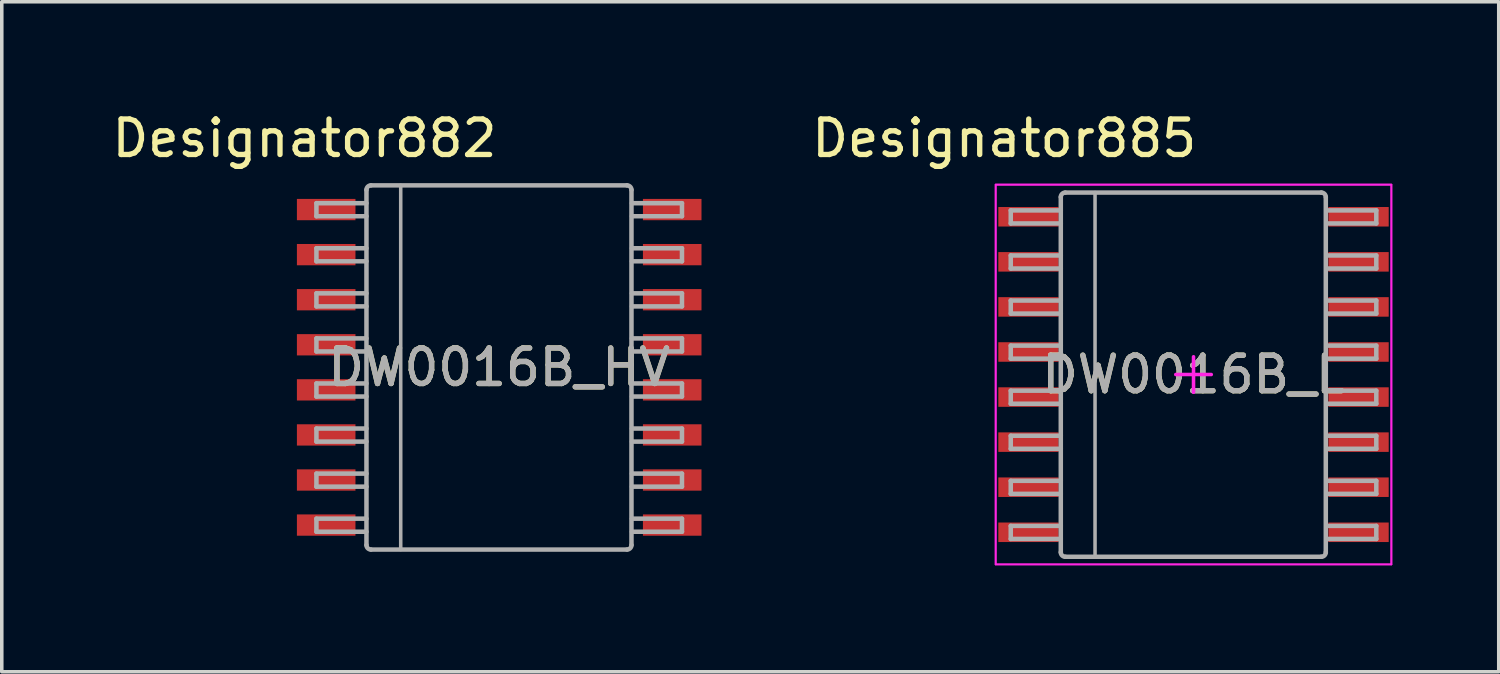
<source format=kicad_pcb>
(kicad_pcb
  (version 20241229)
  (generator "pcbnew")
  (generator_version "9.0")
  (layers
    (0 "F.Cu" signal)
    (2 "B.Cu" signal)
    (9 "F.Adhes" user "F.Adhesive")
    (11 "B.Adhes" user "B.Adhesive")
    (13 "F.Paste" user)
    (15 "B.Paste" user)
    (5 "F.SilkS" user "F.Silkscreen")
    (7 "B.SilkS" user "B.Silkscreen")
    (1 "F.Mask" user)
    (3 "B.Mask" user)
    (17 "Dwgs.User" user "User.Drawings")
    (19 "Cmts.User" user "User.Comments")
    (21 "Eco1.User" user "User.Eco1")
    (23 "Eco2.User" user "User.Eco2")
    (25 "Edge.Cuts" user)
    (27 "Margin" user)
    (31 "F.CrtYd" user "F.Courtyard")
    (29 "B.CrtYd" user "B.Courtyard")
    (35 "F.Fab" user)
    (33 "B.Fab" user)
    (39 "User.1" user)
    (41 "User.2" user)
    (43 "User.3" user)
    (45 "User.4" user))
  (footprint "DW0016B_L"
    (layer "F.Cu")
    (at 30.58 7.503)
    (property "Reference" "DW0016B_L" (at 0 0 0) (unlocked yes) (layer "F.SilkS") (effects (font (size 1 1) (thickness 0.15))))
    (attr smd)
    (fp_line (start -5.575 -5.35) (end 5.575 -5.35) (stroke (width 0.05) (type solid)) (layer "F.CrtYd"))
    (fp_line (start -5.575 5.35) (end -5.575 -5.35) (stroke (width 0.05) (type solid)) (layer "F.CrtYd"))
    (fp_line (start -5.575 5.35) (end 5.575 5.35) (stroke (width 0.05) (type solid)) (layer "F.CrtYd"))
    (fp_line (start -0.5 0) (end 0.5 0) (stroke (width 0.1) (type solid)) (layer "F.CrtYd"))
    (fp_line (start 0 0.5) (end 0 -0.5) (stroke (width 0.1) (type solid)) (layer "F.CrtYd"))
    (fp_line (start 5.575 5.35) (end 5.575 -5.35) (stroke (width 0.05) (type solid)) (layer "F.CrtYd"))
    (fp_rect (start -5.575 -5.35) (end 5.575 5.35) (stroke (width 0.05) (type default)) (fill no) (layer "F.CrtYd"))
    (fp_line (start -5.15 -4.625) (end -3.74 -4.625) (stroke (width 0.127) (type solid)) (layer "F.Fab"))
    (fp_line (start -5.15 -4.257) (end -5.15 -4.625) (stroke (width 0.127) (type solid)) (layer "F.Fab"))
    (fp_line (start -5.15 -4.257) (end -3.74 -4.257) (stroke (width 0.127) (type solid)) (layer "F.Fab"))
    (fp_line (start -5.15 -3.355) (end -3.74 -3.355) (stroke (width 0.127) (type solid)) (layer "F.Fab"))
    (fp_line (start -5.15 -2.987) (end -5.15 -3.355) (stroke (width 0.127) (type solid)) (layer "F.Fab"))
    (fp_line (start -5.15 -2.987) (end -3.74 -2.987) (stroke (width 0.127) (type solid)) (layer "F.Fab"))
    (fp_line (start -5.15 -2.085) (end -3.74 -2.085) (stroke (width 0.127) (type solid)) (layer "F.Fab"))
    (fp_line (start -5.15 -1.717) (end -5.15 -2.085) (stroke (width 0.127) (type solid)) (layer "F.Fab"))
    (fp_line (start -5.15 -1.717) (end -3.74 -1.717) (stroke (width 0.127) (type solid)) (layer "F.Fab"))
    (fp_line (start -5.15 -0.815) (end -3.74 -0.815) (stroke (width 0.127) (type solid)) (layer "F.Fab"))
    (fp_line (start -5.15 -0.447) (end -5.15 -0.815) (stroke (width 0.127) (type solid)) (layer "F.Fab"))
    (fp_line (start -5.15 -0.447) (end -3.74 -0.447) (stroke (width 0.127) (type solid)) (layer "F.Fab"))
    (fp_line (start -5.15 0.455) (end -3.74 0.455) (stroke (width 0.127) (type solid)) (layer "F.Fab"))
    (fp_line (start -5.15 0.823) (end -5.15 0.455) (stroke (width 0.127) (type solid)) (layer "F.Fab"))
    (fp_line (start -5.15 0.823) (end -3.74 0.823) (stroke (width 0.127) (type solid)) (layer "F.Fab"))
    (fp_line (start -5.15 1.725) (end -3.74 1.725) (stroke (width 0.127) (type solid)) (layer "F.Fab"))
    (fp_line (start -5.15 2.093) (end -5.15 1.725) (stroke (width 0.127) (type solid)) (layer "F.Fab"))
    (fp_line (start -5.15 2.093) (end -3.74 2.093) (stroke (width 0.127) (type solid)) (layer "F.Fab"))
    (fp_line (start -5.15 2.995) (end -3.74 2.995) (stroke (width 0.127) (type solid)) (layer "F.Fab"))
    (fp_line (start -5.15 3.363) (end -5.15 2.995) (stroke (width 0.127) (type solid)) (layer "F.Fab"))
    (fp_line (start -5.15 3.363) (end -3.74 3.363) (stroke (width 0.127) (type solid)) (layer "F.Fab"))
    (fp_line (start -5.15 4.265) (end -3.74 4.265) (stroke (width 0.127) (type solid)) (layer "F.Fab"))
    (fp_line (start -5.15 4.633) (end -5.15 4.265) (stroke (width 0.127) (type solid)) (layer "F.Fab"))
    (fp_line (start -5.15 4.633) (end -3.74 4.633) (stroke (width 0.127) (type solid)) (layer "F.Fab"))
    (fp_line (start -3.74 5.008) (end -3.74 -5) (stroke (width 0.127) (type solid)) (layer "F.Fab"))
    (fp_line (start -3.614 -5.127) (end 3.601 -5.127) (stroke (width 0.127) (type solid)) (layer "F.Fab"))
    (fp_line (start -3.614 5.135) (end 3.601 5.135) (stroke (width 0.127) (type solid)) (layer "F.Fab"))
    (fp_line (start -2.775 5.135) (end -2.775 -5.127) (stroke (width 0.1) (type solid)) (layer "F.Fab"))
    (fp_line (start 3.727 5.008) (end 3.727 -5) (stroke (width 0.127) (type solid)) (layer "F.Fab"))
    (fp_line (start 3.74 -4.625) (end 5.15 -4.625) (stroke (width 0.127) (type solid)) (layer "F.Fab"))
    (fp_line (start 3.74 -4.257) (end 5.15 -4.257) (stroke (width 0.127) (type solid)) (layer "F.Fab"))
    (fp_line (start 3.74 -3.355) (end 5.15 -3.355) (stroke (width 0.127) (type solid)) (layer "F.Fab"))
    (fp_line (start 3.74 -2.987) (end 5.15 -2.987) (stroke (width 0.127) (type solid)) (layer "F.Fab"))
    (fp_line (start 3.74 -2.085) (end 5.15 -2.085) (stroke (width 0.127) (type solid)) (layer "F.Fab"))
    (fp_line (start 3.74 -1.717) (end 5.15 -1.717) (stroke (width 0.127) (type solid)) (layer "F.Fab"))
    (fp_line (start 3.74 -0.815) (end 5.15 -0.815) (stroke (width 0.127) (type solid)) (layer "F.Fab"))
    (fp_line (start 3.74 -0.447) (end 5.15 -0.447) (stroke (width 0.127) (type solid)) (layer "F.Fab"))
    (fp_line (start 3.74 0.455) (end 5.15 0.455) (stroke (width 0.127) (type solid)) (layer "F.Fab"))
    (fp_line (start 3.74 0.823) (end 5.15 0.823) (stroke (width 0.127) (type solid)) (layer "F.Fab"))
    (fp_line (start 3.74 1.725) (end 5.15 1.725) (stroke (width 0.127) (type solid)) (layer "F.Fab"))
    (fp_line (start 3.74 2.093) (end 5.15 2.093) (stroke (width 0.127) (type solid)) (layer "F.Fab"))
    (fp_line (start 3.74 2.995) (end 5.15 2.995) (stroke (width 0.127) (type solid)) (layer "F.Fab"))
    (fp_line (start 3.74 3.363) (end 5.15 3.363) (stroke (width 0.127) (type solid)) (layer "F.Fab"))
    (fp_line (start 3.74 4.265) (end 5.15 4.265) (stroke (width 0.127) (type solid)) (layer "F.Fab"))
    (fp_line (start 3.74 4.633) (end 5.15 4.633) (stroke (width 0.127) (type solid)) (layer "F.Fab"))
    (fp_line (start 5.15 -4.257) (end 5.15 -4.625) (stroke (width 0.127) (type solid)) (layer "F.Fab"))
    (fp_line (start 5.15 -2.987) (end 5.15 -3.355) (stroke (width 0.127) (type solid)) (layer "F.Fab"))
    (fp_line (start 5.15 -1.717) (end 5.15 -2.085) (stroke (width 0.127) (type solid)) (layer "F.Fab"))
    (fp_line (start 5.15 -0.447) (end 5.15 -0.815) (stroke (width 0.127) (type solid)) (layer "F.Fab"))
    (fp_line (start 5.15 0.823) (end 5.15 0.455) (stroke (width 0.127) (type solid)) (layer "F.Fab"))
    (fp_line (start 5.15 2.093) (end 5.15 1.725) (stroke (width 0.127) (type solid)) (layer "F.Fab"))
    (fp_line (start 5.15 3.363) (end 5.15 2.995) (stroke (width 0.127) (type solid)) (layer "F.Fab"))
    (fp_line (start 5.15 4.633) (end 5.15 4.265) (stroke (width 0.127) (type solid)) (layer "F.Fab"))
    (fp_arc (start -3.740299 -5.000131) (mid -3.703105 -5.089455) (end -3.613781 -5.126649) (stroke (width 0.127) (type solid)) (layer "F.Fab"))
    (fp_arc (start -3.613781 5.134949) (mid -3.703105 5.097755) (end -3.740299 5.008432) (stroke (width 0.127) (type solid)) (layer "F.Fab"))
    (fp_arc (start 3.600756 -5.126649) (mid 3.690092 -5.08946) (end 3.727299 -5.000131) (stroke (width 0.127) (type solid)) (layer "F.Fab"))
    (fp_arc (start 3.727299 5.008432) (mid 3.690092 5.09776) (end 3.600756 5.13495) (stroke (width 0.127) (type solid)) (layer "F.Fab"))
    (fp_text user "Designator885" (at -5.334 -6.655 0) (unlocked yes) (layer "F.SilkS") (effects (font (size 1 1) (thickness 0.15))))
    (fp_text user "${REFERENCE}" (at 0 0 0) (unlocked yes) (layer "F.Fab") (effects (font (size 1 1) (thickness 0.15))))
    (pad "1" smd rect (at -4.65 -4.445 90) (size 0.55 1.7) (layers "F.Cu" "F.Mask" "F.Paste"))
    (pad "2" smd rect (at -4.65 -3.175 90) (size 0.55 1.7) (layers "F.Cu" "F.Mask" "F.Paste"))
    (pad "3" smd rect (at -4.65 -1.905 90) (size 0.55 1.7) (layers "F.Cu" "F.Mask" "F.Paste"))
    (pad "4" smd rect (at -4.65 -0.635 90) (size 0.55 1.7) (layers "F.Cu" "F.Mask" "F.Paste"))
    (pad "5" smd rect (at -4.65 0.635 90) (size 0.55 1.7) (layers "F.Cu" "F.Mask" "F.Paste"))
    (pad "6" smd rect (at -4.65 1.905 90) (size 0.55 1.7) (layers "F.Cu" "F.Mask" "F.Paste"))
    (pad "7" smd rect (at -4.65 3.175 90) (size 0.55 1.7) (layers "F.Cu" "F.Mask" "F.Paste"))
    (pad "8" smd rect (at -4.65 4.445 90) (size 0.55 1.7) (layers "F.Cu" "F.Mask" "F.Paste"))
    (pad "9" smd rect (at 4.65 4.445 90) (size 0.55 1.7) (layers "F.Cu" "F.Mask" "F.Paste"))
    (pad "10" smd rect (at 4.65 3.175 90) (size 0.55 1.7) (layers "F.Cu" "F.Mask" "F.Paste"))
    (pad "11" smd rect (at 4.65 1.905 90) (size 0.55 1.7) (layers "F.Cu" "F.Mask" "F.Paste"))
    (pad "12" smd rect (at 4.65 0.635 90) (size 0.55 1.7) (layers "F.Cu" "F.Mask" "F.Paste"))
    (pad "13" smd rect (at 4.65 -0.635 90) (size 0.55 1.7) (layers "F.Cu" "F.Mask" "F.Paste"))
    (pad "14" smd rect (at 4.65 -1.905 90) (size 0.55 1.7) (layers "F.Cu" "F.Mask" "F.Paste"))
    (pad "15" smd rect (at 4.65 -3.175 90) (size 0.55 1.7) (layers "F.Cu" "F.Mask" "F.Paste"))
    (pad "16" smd rect (at 4.65 -4.445 90) (size 0.55 1.7) (layers "F.Cu" "F.Mask" "F.Paste")))
  (footprint "DW0016B_HV"
    (layer "F.Cu")
    (at 11.016 7.3)
    (property "Reference" "DW0016B_HV" (at 0 0 0) (unlocked yes) (layer "F.SilkS") (effects (font (size 1 1) (thickness 0.15))))
    (attr smd)
    (fp_line (start -5.15 -4.625) (end -3.74 -4.625) (stroke (width 0.127) (type solid)) (layer "F.Fab"))
    (fp_line (start -5.15 -4.257) (end -5.15 -4.625) (stroke (width 0.127) (type solid)) (layer "F.Fab"))
    (fp_line (start -5.15 -4.257) (end -3.74 -4.257) (stroke (width 0.127) (type solid)) (layer "F.Fab"))
    (fp_line (start -5.15 -3.355) (end -3.74 -3.355) (stroke (width 0.127) (type solid)) (layer "F.Fab"))
    (fp_line (start -5.15 -2.987) (end -5.15 -3.355) (stroke (width 0.127) (type solid)) (layer "F.Fab"))
    (fp_line (start -5.15 -2.987) (end -3.74 -2.987) (stroke (width 0.127) (type solid)) (layer "F.Fab"))
    (fp_line (start -5.15 -2.085) (end -3.74 -2.085) (stroke (width 0.127) (type solid)) (layer "F.Fab"))
    (fp_line (start -5.15 -1.717) (end -5.15 -2.085) (stroke (width 0.127) (type solid)) (layer "F.Fab"))
    (fp_line (start -5.15 -1.717) (end -3.74 -1.717) (stroke (width 0.127) (type solid)) (layer "F.Fab"))
    (fp_line (start -5.15 -0.815) (end -3.74 -0.815) (stroke (width 0.127) (type solid)) (layer "F.Fab"))
    (fp_line (start -5.15 -0.447) (end -5.15 -0.815) (stroke (width 0.127) (type solid)) (layer "F.Fab"))
    (fp_line (start -5.15 -0.447) (end -3.74 -0.447) (stroke (width 0.127) (type solid)) (layer "F.Fab"))
    (fp_line (start -5.15 0.455) (end -3.74 0.455) (stroke (width 0.127) (type solid)) (layer "F.Fab"))
    (fp_line (start -5.15 0.823) (end -5.15 0.455) (stroke (width 0.127) (type solid)) (layer "F.Fab"))
    (fp_line (start -5.15 0.823) (end -3.74 0.823) (stroke (width 0.127) (type solid)) (layer "F.Fab"))
    (fp_line (start -5.15 1.725) (end -3.74 1.725) (stroke (width 0.127) (type solid)) (layer "F.Fab"))
    (fp_line (start -5.15 2.093) (end -5.15 1.725) (stroke (width 0.127) (type solid)) (layer "F.Fab"))
    (fp_line (start -5.15 2.093) (end -3.74 2.093) (stroke (width 0.127) (type solid)) (layer "F.Fab"))
    (fp_line (start -5.15 2.995) (end -3.74 2.995) (stroke (width 0.127) (type solid)) (layer "F.Fab"))
    (fp_line (start -5.15 3.363) (end -5.15 2.995) (stroke (width 0.127) (type solid)) (layer "F.Fab"))
    (fp_line (start -5.15 3.363) (end -3.74 3.363) (stroke (width 0.127) (type solid)) (layer "F.Fab"))
    (fp_line (start -5.15 4.265) (end -3.74 4.265) (stroke (width 0.127) (type solid)) (layer "F.Fab"))
    (fp_line (start -5.15 4.633) (end -5.15 4.265) (stroke (width 0.127) (type solid)) (layer "F.Fab"))
    (fp_line (start -5.15 4.633) (end -3.74 4.633) (stroke (width 0.127) (type solid)) (layer "F.Fab"))
    (fp_line (start -3.74 5.008) (end -3.74 -5) (stroke (width 0.127) (type solid)) (layer "F.Fab"))
    (fp_line (start -3.614 -5.127) (end 3.601 -5.127) (stroke (width 0.127) (type solid)) (layer "F.Fab"))
    (fp_line (start -3.614 5.135) (end 3.601 5.135) (stroke (width 0.127) (type solid)) (layer "F.Fab"))
    (fp_line (start -2.775 5.135) (end -2.775 -5.127) (stroke (width 0.1) (type solid)) (layer "F.Fab"))
    (fp_line (start 3.727 5.008) (end 3.727 -5) (stroke (width 0.127) (type solid)) (layer "F.Fab"))
    (fp_line (start 3.74 -4.625) (end 5.15 -4.625) (stroke (width 0.127) (type solid)) (layer "F.Fab"))
    (fp_line (start 3.74 -4.257) (end 5.15 -4.257) (stroke (width 0.127) (type solid)) (layer "F.Fab"))
    (fp_line (start 3.74 -3.355) (end 5.15 -3.355) (stroke (width 0.127) (type solid)) (layer "F.Fab"))
    (fp_line (start 3.74 -2.987) (end 5.15 -2.987) (stroke (width 0.127) (type solid)) (layer "F.Fab"))
    (fp_line (start 3.74 -2.085) (end 5.15 -2.085) (stroke (width 0.127) (type solid)) (layer "F.Fab"))
    (fp_line (start 3.74 -1.717) (end 5.15 -1.717) (stroke (width 0.127) (type solid)) (layer "F.Fab"))
    (fp_line (start 3.74 -0.815) (end 5.15 -0.815) (stroke (width 0.127) (type solid)) (layer "F.Fab"))
    (fp_line (start 3.74 -0.447) (end 5.15 -0.447) (stroke (width 0.127) (type solid)) (layer "F.Fab"))
    (fp_line (start 3.74 0.455) (end 5.15 0.455) (stroke (width 0.127) (type solid)) (layer "F.Fab"))
    (fp_line (start 3.74 0.823) (end 5.15 0.823) (stroke (width 0.127) (type solid)) (layer "F.Fab"))
    (fp_line (start 3.74 1.725) (end 5.15 1.725) (stroke (width 0.127) (type solid)) (layer "F.Fab"))
    (fp_line (start 3.74 2.093) (end 5.15 2.093) (stroke (width 0.127) (type solid)) (layer "F.Fab"))
    (fp_line (start 3.74 2.995) (end 5.15 2.995) (stroke (width 0.127) (type solid)) (layer "F.Fab"))
    (fp_line (start 3.74 3.363) (end 5.15 3.363) (stroke (width 0.127) (type solid)) (layer "F.Fab"))
    (fp_line (start 3.74 4.265) (end 5.15 4.265) (stroke (width 0.127) (type solid)) (layer "F.Fab"))
    (fp_line (start 3.74 4.633) (end 5.15 4.633) (stroke (width 0.127) (type solid)) (layer "F.Fab"))
    (fp_line (start 5.15 -4.257) (end 5.15 -4.625) (stroke (width 0.127) (type solid)) (layer "F.Fab"))
    (fp_line (start 5.15 -2.987) (end 5.15 -3.355) (stroke (width 0.127) (type solid)) (layer "F.Fab"))
    (fp_line (start 5.15 -1.717) (end 5.15 -2.085) (stroke (width 0.127) (type solid)) (layer "F.Fab"))
    (fp_line (start 5.15 -0.447) (end 5.15 -0.815) (stroke (width 0.127) (type solid)) (layer "F.Fab"))
    (fp_line (start 5.15 0.823) (end 5.15 0.455) (stroke (width 0.127) (type solid)) (layer "F.Fab"))
    (fp_line (start 5.15 2.093) (end 5.15 1.725) (stroke (width 0.127) (type solid)) (layer "F.Fab"))
    (fp_line (start 5.15 3.363) (end 5.15 2.995) (stroke (width 0.127) (type solid)) (layer "F.Fab"))
    (fp_line (start 5.15 4.633) (end 5.15 4.265) (stroke (width 0.127) (type solid)) (layer "F.Fab"))
    (fp_arc (start -3.740299 -5.000131) (mid -3.703105 -5.089455) (end -3.613781 -5.126649) (stroke (width 0.127) (type solid)) (layer "F.Fab"))
    (fp_arc (start -3.613781 5.134949) (mid -3.703105 5.097755) (end -3.740299 5.008432) (stroke (width 0.127) (type solid)) (layer "F.Fab"))
    (fp_arc (start 3.600756 -5.126649) (mid 3.690092 -5.08946) (end 3.727299 -5.000131) (stroke (width 0.127) (type solid)) (layer "F.Fab"))
    (fp_arc (start 3.727299 5.008432) (mid 3.690092 5.09776) (end 3.600756 5.13495) (stroke (width 0.127) (type solid)) (layer "F.Fab"))
    (fp_text user "Designator882" (at -5.486 -6.452 0) (unlocked yes) (layer "F.SilkS") (effects (font (size 1 1) (thickness 0.15))))
    (fp_text user "${REFERENCE}" (at 0 0 0) (unlocked yes) (layer "F.Fab") (effects (font (size 1 1) (thickness 0.15))))
    (pad "1" smd rect (at -4.875 -4.445 90) (size 0.6 1.65) (layers "F.Cu" "F.Mask" "F.Paste"))
    (pad "2" smd rect (at -4.875 -3.175 90) (size 0.6 1.65) (layers "F.Cu" "F.Mask" "F.Paste"))
    (pad "3" smd rect (at -4.875 -1.905 90) (size 0.6 1.65) (layers "F.Cu" "F.Mask" "F.Paste"))
    (pad "4" smd rect (at -4.875 -0.635 90) (size 0.6 1.65) (layers "F.Cu" "F.Mask" "F.Paste"))
    (pad "5" smd rect (at -4.875 0.635 90) (size 0.6 1.65) (layers "F.Cu" "F.Mask" "F.Paste"))
    (pad "6" smd rect (at -4.875 1.905 90) (size 0.6 1.65) (layers "F.Cu" "F.Mask" "F.Paste"))
    (pad "7" smd rect (at -4.875 3.175 90) (size 0.6 1.65) (layers "F.Cu" "F.Mask" "F.Paste"))
    (pad "8" smd rect (at -4.875 4.445 90) (size 0.6 1.65) (layers "F.Cu" "F.Mask" "F.Paste"))
    (pad "9" smd rect (at 4.875 4.445 90) (size 0.6 1.65) (layers "F.Cu" "F.Mask" "F.Paste"))
    (pad "10" smd rect (at 4.875 3.175 90) (size 0.6 1.65) (layers "F.Cu" "F.Mask" "F.Paste"))
    (pad "11" smd rect (at 4.875 1.905 90) (size 0.6 1.65) (layers "F.Cu" "F.Mask" "F.Paste"))
    (pad "12" smd rect (at 4.875 0.635 90) (size 0.6 1.65) (layers "F.Cu" "F.Mask" "F.Paste"))
    (pad "13" smd rect (at 4.875 -0.635 90) (size 0.6 1.65) (layers "F.Cu" "F.Mask" "F.Paste"))
    (pad "14" smd rect (at 4.875 -1.905 90) (size 0.6 1.65) (layers "F.Cu" "F.Mask" "F.Paste"))
    (pad "15" smd rect (at 4.875 -3.175 90) (size 0.6 1.65) (layers "F.Cu" "F.Mask" "F.Paste"))
    (pad "16" smd rect (at 4.875 -4.445 90) (size 0.6 1.65) (layers "F.Cu" "F.Mask" "F.Paste")))
  (gr_rect
    (start -3 -3)
    (end 39.18 15.878)
    (stroke (width 0.1) (type default))
    (fill no)
    (layer "Edge.Cuts")))
</source>
